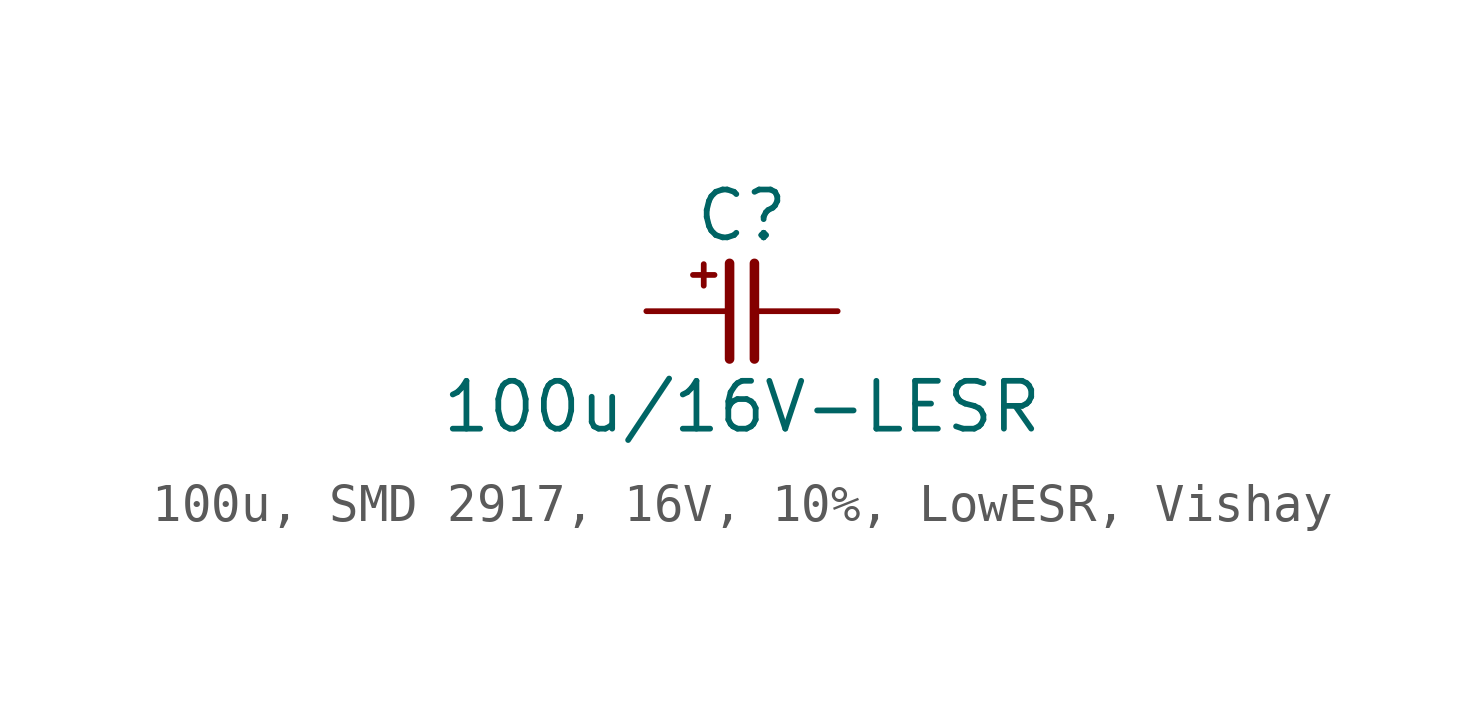
<source format=kicad_sym>
(kicad_symbol_lib
  (version 20241209)
  (generator "kicad_symbol_editor")
  (generator_version "9.0")
  (symbol "100u, SMD 2917, 16V, 10%, LowESR, Vishay"
    (pin_numbers
      (hide yes))
    (pin_names
      (offset 0)
      (hide yes))
    (property "Reference" "C"
      (at 0 2.54 0)
      (effects (font (size 1.27 1.27))))
    (property "Value" "100u/16V-LESR"
      (at 0 -2.54 0)
      (effects (font (size 1.27 1.27))))
    (symbol "100u, SMD 2917, 16V, 10%, LowESR, Vishay_0_0"
      (text "+" (at -1.016 1.016 0) (effects (font (size 0.75 0.75)))))
    (symbol "100u, SMD 2917, 16V, 10%, LowESR, Vishay_0_1"
      (polyline (pts (xy -0.33 1.27) (xy -0.33 -1.27)) (stroke (width 0.254) (type default)) (fill (type none)))
      (polyline (pts (xy 0.33 1.27) (xy 0.33 -1.27)) (stroke (width 0.254) (type default)) (fill (type none))))
    (symbol "100u, SMD 2917, 16V, 10%, LowESR, Vishay_1_1"
      (pin passive line (at -2.54 0 0) (length 2.21) (name "1" (effects (font (size 1.27 1.27)))) (number "1" (effects (font (size 1.27 1.27)))))
      (pin passive line (at 2.54 0 180) (length 2.21) (name "2" (effects (font (size 1.27 1.27)))) (number "2" (effects (font (size 1.27 1.27))))))))
</source>
